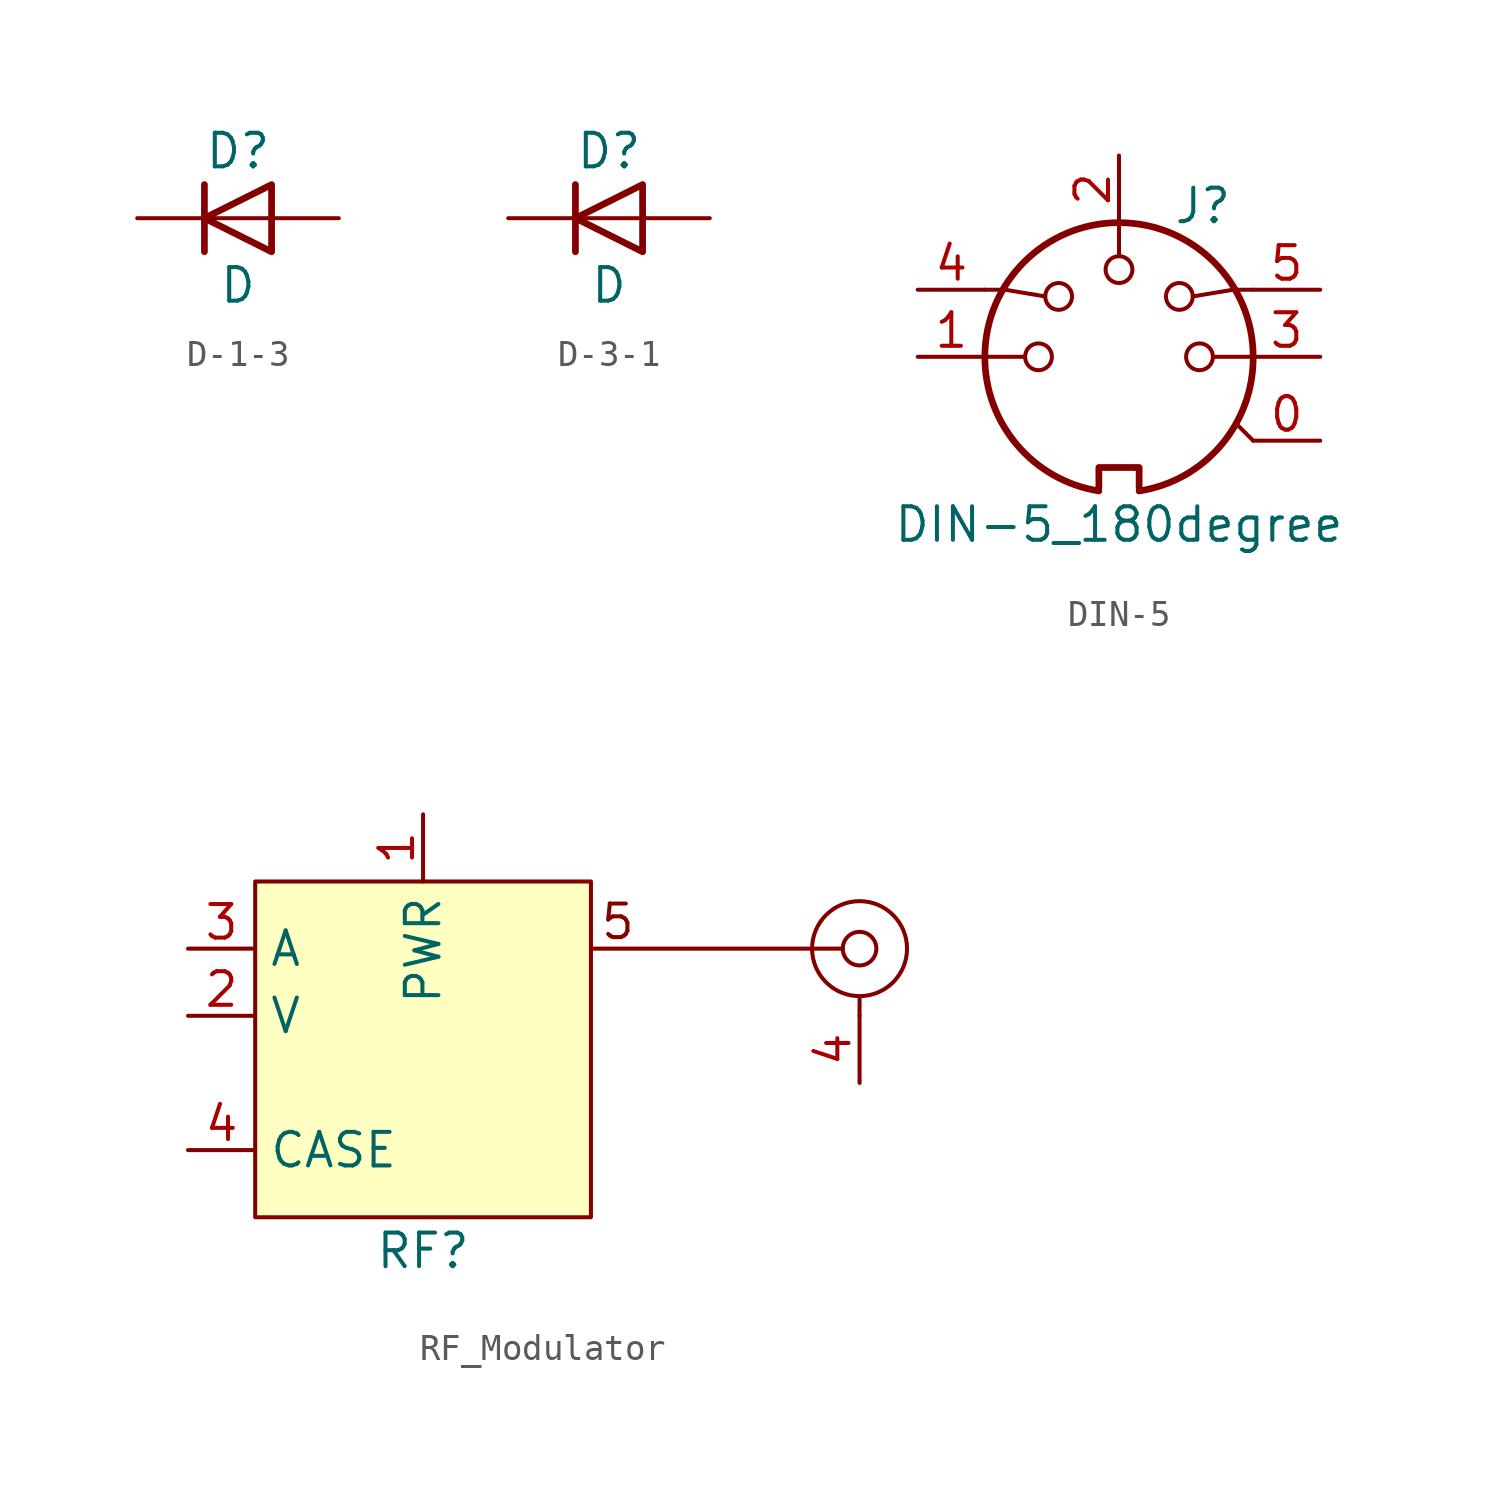
<source format=kicad_sym>
(kicad_symbol_lib
  (version 20220914)
  (generator kicad_symbol_editor)
  (symbol "D-1-3"
    (pin_numbers hide)
    (pin_names
      (offset 1.016) hide)
    (property "Reference" "D"
      (at 0 2.54 0)
      (effects (font (size 1.27 1.27))))
    (property "Value" "D"
      (at 0 -2.54 0)
      (effects (font (size 1.27 1.27))))
    (symbol "D-1-3_0_1"
      (polyline (pts (xy -1.27 1.27) (xy -1.27 -1.27)) (stroke (width 0.254) (type default)) (fill (type none)))
      (polyline (pts (xy 1.27 0) (xy -1.27 0)) (stroke (width 0) (type default)) (fill (type none)))
      (polyline (pts (xy 1.27 1.27) (xy 1.27 -1.27) (xy -1.27 0) (xy 1.27 1.27)) (stroke (width 0.254) (type default)) (fill (type none))))
    (symbol "D-1-3_1_1"
      (pin passive line (at 3.81 0 180) (length 2.54) (name "A" (effects (font (size 1.27 1.27)))) (number "1" (effects (font (size 1.27 1.27)))))
      (pin no_connect line (at 3.81 1.27 180) (length 2.54) hide (name "NC" (effects (font (size 1.27 1.27)))) (number "2" (effects (font (size 1.27 1.27)))))
      (pin passive line (at -3.81 0 0) (length 2.54) (name "K" (effects (font (size 1.27 1.27)))) (number "3" (effects (font (size 1.27 1.27)))))))
  (symbol "D-3-1"
    (pin_numbers hide)
    (pin_names
      (offset 1.016) hide)
    (property "Reference" "D"
      (at 0 2.54 0)
      (effects (font (size 1.27 1.27))))
    (property "Value" "D"
      (at 0 -2.54 0)
      (effects (font (size 1.27 1.27))))
    (symbol "D-3-1_0_1"
      (polyline (pts (xy -1.27 1.27) (xy -1.27 -1.27)) (stroke (width 0.254) (type default)) (fill (type none)))
      (polyline (pts (xy 1.27 0) (xy -1.27 0)) (stroke (width 0) (type default)) (fill (type none)))
      (polyline (pts (xy 1.27 1.27) (xy 1.27 -1.27) (xy -1.27 0) (xy 1.27 1.27)) (stroke (width 0.254) (type default)) (fill (type none))))
    (symbol "D-3-1_1_1"
      (pin passive line (at -3.81 0 0) (length 2.54) (name "K" (effects (font (size 1.27 1.27)))) (number "1" (effects (font (size 1.27 1.27)))))
      (pin no_connect line (at 3.81 1.27 180) (length 2.54) hide (name "NC" (effects (font (size 1.27 1.27)))) (number "2" (effects (font (size 1.27 1.27)))))
      (pin passive line (at 3.81 0 180) (length 2.54) (name "A" (effects (font (size 1.27 1.27)))) (number "3" (effects (font (size 1.27 1.27)))))))
  (symbol "DIN-5"
    (pin_names
      (offset 1.016))
    (property "Reference" "J"
      (at 3.175 5.715 0)
      (effects (font (size 1.27 1.27))))
    (property "Value" "DIN-5_180degree"
      (at 0 -6.35 0)
      (effects (font (size 1.27 1.27))))
    (symbol "DIN-5_0_1"
      (arc (start -5.08 0) (mid -3.8609 -3.3364) (end -0.762 -5.08) (stroke (width 0.254) (type default)) (fill (type none)))
      (circle (center -3.048 0) (radius 0.508) (stroke (width 0) (type default)) (fill (type none)))
      (circle (center -2.286 2.286) (radius 0.508) (stroke (width 0) (type default)) (fill (type none)))
      (polyline (pts (xy -5.08 0) (xy -3.556 0)) (stroke (width 0) (type default)) (fill (type none)))
      (polyline (pts (xy 0 5.08) (xy 0 3.81)) (stroke (width 0) (type default)) (fill (type none)))
      (polyline (pts (xy 5.08 -3.175) (xy 4.445 -2.54)) (stroke (width 0) (type default)) (fill (type none)))
      (polyline (pts (xy 5.08 0) (xy 3.556 0)) (stroke (width 0) (type default)) (fill (type none)))
      (polyline (pts (xy -5.08 2.54) (xy -4.318 2.54) (xy -2.794 2.286)) (stroke (width 0) (type default)) (fill (type none)))
      (polyline (pts (xy 5.08 2.54) (xy 4.318 2.54) (xy 2.794 2.286)) (stroke (width 0) (type default)) (fill (type none)))
      (polyline (pts (xy -0.762 -4.953) (xy -0.762 -4.191) (xy 0.762 -4.191) (xy 0.762 -4.953)) (stroke (width 0.254) (type default)) (fill (type none)))
      (circle (center 0 3.302) (radius 0.508) (stroke (width 0) (type default)) (fill (type none)))
      (arc (start 0.762 -5.08) (mid 3.8685 -3.343) (end 5.08 0) (stroke (width 0.254) (type default)) (fill (type none)))
      (circle (center 2.286 2.286) (radius 0.508) (stroke (width 0) (type default)) (fill (type none)))
      (circle (center 3.048 0) (radius 0.508) (stroke (width 0) (type default)) (fill (type none)))
      (arc (start 5.08 0) (mid 0 5.0579) (end -5.08 0) (stroke (width 0.254) (type default)) (fill (type none))))
    (symbol "DIN-5_1_1"
      (pin passive line (at 7.62 -3.175 180) (length 2.54) (name "" (effects (font (size 1.27 1.27)))) (number "0" (effects (font (size 1.27 1.27)))))
      (pin passive line (at -7.62 0 0) (length 2.54) (name "~" (effects (font (size 1.27 1.27)))) (number "1" (effects (font (size 1.27 1.27)))))
      (pin passive line (at 0 7.62 270) (length 2.54) (name "~" (effects (font (size 1.27 1.27)))) (number "2" (effects (font (size 1.27 1.27)))))
      (pin passive line (at 7.62 0 180) (length 2.54) (name "~" (effects (font (size 1.27 1.27)))) (number "3" (effects (font (size 1.27 1.27)))))
      (pin passive line (at -7.62 2.54 0) (length 2.54) (name "~" (effects (font (size 1.27 1.27)))) (number "4" (effects (font (size 1.27 1.27)))))
      (pin passive line (at 7.62 2.54 180) (length 2.54) (name "~" (effects (font (size 1.27 1.27)))) (number "5" (effects (font (size 1.27 1.27)))))))
  (symbol "RF_Modulator"
    (property "Reference" "RF"
      (at 0 0 0)
      (effects (font (size 1.27 1.27))))
    (property "Value" ""
      (at 0 0 0)
      (effects (font (size 1.27 1.27))))
    (symbol "RF_Modulator_0_1"
      (polyline (pts (xy 15.875 11.43) (xy 6.35 11.43)) (stroke (width 0) (type default)) (fill (type none)))
      (polyline (pts (xy 16.51 9.525) (xy 16.51 8.89)) (stroke (width 0) (type default)) (fill (type none)))
      (circle (center 16.51 11.43) (radius 0.635) (stroke (width 0) (type default)) (fill (type none)))
      (circle (center 16.51 11.43) (radius 1.796) (stroke (width 0) (type default)) (fill (type none))))
    (symbol "RF_Modulator_1_1"
      (rectangle (start -6.35 13.97) (end 6.35 1.27) (stroke (width 0) (type default)) (fill (type background)))
      (text "5" (at 7.366 12.446 0) (effects (font (size 1.27 1.27))))
      (pin power_in line (at 0 16.51 270) (length 2.54) (name "PWR" (effects (font (size 1.27 1.27)))) (number "1" (effects (font (size 1.27 1.27)))))
      (pin input line (at -8.89 8.89 0) (length 2.54) (name "V" (effects (font (size 1.27 1.27)))) (number "2" (effects (font (size 1.27 1.27)))))
      (pin input line (at -8.89 11.43 0) (length 2.54) (name "A" (effects (font (size 1.27 1.27)))) (number "3" (effects (font (size 1.27 1.27)))))
      (pin passive line (at 16.51 6.35 90) (length 2.54) (name "" (effects (font (size 1.27 1.27)))) (number "4" (effects (font (size 1.27 1.27)))))
      (pin passive line (at -8.89 3.81 0) (length 2.54) (name "CASE" (effects (font (size 1.27 1.27)))) (number "4" (effects (font (size 1.27 1.27))))))))
</source>
